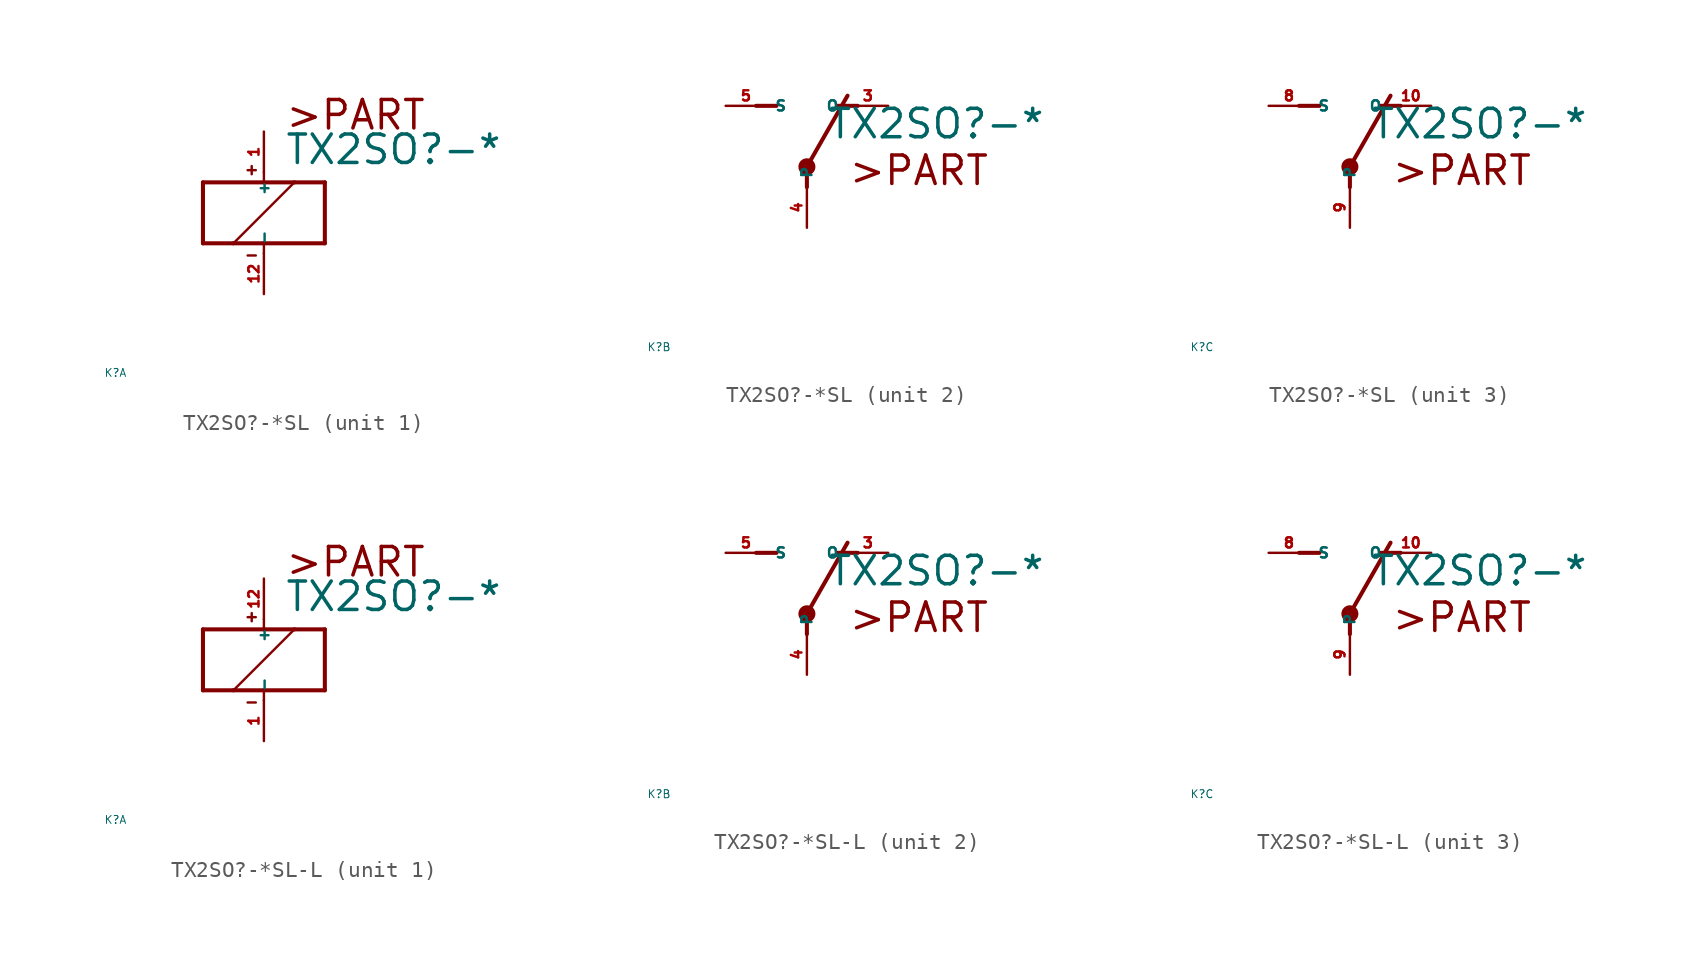
<source format=kicad_sym>
(kicad_symbol_lib
  (version 20220914)
  (generator Eagle2Kicad)
  (symbol "TX2SO?-*SL"
    (property "Reference" "K"
      (at -10 -10 0)
      (effects (font (size 0.5 0.5) (thickness 0.06)) (justify left)))
    (property "Value" "TX2SO?-*"
      (at 1.27 2.921 0)
      (effects (font (size 1.778 1.778) (thickness 0.22)) (justify left bottom)))
    (symbol "TX2SO?-*SL_1_0"
      (polyline (pts (xy -3.81 -1.905) (xy -1.905 -1.905)) (stroke (width 0.254) (type default)) (fill (type none)))
      (polyline (pts (xy 3.81 -1.905) (xy 3.81 1.905)) (stroke (width 0.254) (type default)) (fill (type none)))
      (polyline (pts (xy 3.81 1.905) (xy 1.905 1.905)) (stroke (width 0.254) (type default)) (fill (type none)))
      (polyline (pts (xy -3.81 1.905) (xy -3.81 -1.905)) (stroke (width 0.254) (type default)) (fill (type none)))
      (polyline (pts (xy 0 -2.54) (xy 0 -1.905)) (stroke (width 0.152) (type default)) (fill (type none)))
      (polyline (pts (xy 0 -1.905) (xy 3.81 -1.905)) (stroke (width 0.254) (type default)) (fill (type none)))
      (polyline (pts (xy 0 2.54) (xy 0 1.905)) (stroke (width 0.152) (type default)) (fill (type none)))
      (polyline (pts (xy 0 1.905) (xy -3.81 1.905)) (stroke (width 0.254) (type default)) (fill (type none)))
      (polyline (pts (xy -1.905 -1.905) (xy 1.905 1.905)) (stroke (width 0.152) (type default)) (fill (type none)))
      (polyline (pts (xy -1.905 -1.905) (xy 0 -1.905)) (stroke (width 0.254) (type default)) (fill (type none)))
      (polyline (pts (xy 1.905 1.905) (xy 0 1.905)) (stroke (width 0.254) (type default)) (fill (type none)))
      (polyline (pts (xy -1.016 2.667) (xy -0.508 2.667)) (stroke (width 0.152) (type default)) (fill (type none)))
      (polyline (pts (xy -0.762 2.921) (xy -0.762 2.413)) (stroke (width 0.152) (type default)) (fill (type none)))
      (polyline (pts (xy -1.016 -2.667) (xy -0.508 -2.667)) (stroke (width 0.152) (type default)) (fill (type none)))
      (text ">PART" (at 1.27 5.08 0) (effects (font (size 1.778 1.778) (thickness 0.22)) (justify left bottom)))
      (pin passive line (at 0 -5.08 90) (length 2.54) (name "-" (effects (font (size 0.635 0.635) (thickness 0.08)) (justify left bottom))) (number "12" (effects (font (size 0.635 0.635) (thickness 0.08)) (justify left bottom))))
      (pin passive line (at 0 5.08 270) (length 2.54) (name "+" (effects (font (size 0.635 0.635) (thickness 0.08)) (justify left bottom))) (number "1" (effects (font (size 0.635 0.635) (thickness 0.08)) (justify left bottom)))))
    (symbol "TX2SO?-*SL_2_0"
      (polyline (pts (xy 3.175 5.08) (xy 1.905 5.08)) (stroke (width 0.254) (type default)) (fill (type none)))
      (polyline (pts (xy -3.175 5.08) (xy -1.905 5.08)) (stroke (width 0.254) (type default)) (fill (type none)))
      (polyline (pts (xy 0 1.27) (xy 2.54 5.715)) (stroke (width 0.254) (type default)) (fill (type none)))
      (polyline (pts (xy 0 1.27) (xy 0 0)) (stroke (width 0.254) (type default)) (fill (type none)))
      (text ">PART" (at 2.54 0 0) (effects (font (size 1.778 1.778) (thickness 0.22)) (justify left bottom)))
      (circle (center 0 1.27) (radius 0.127) (stroke (width 0.406) (type default)) (fill (type none)))
      (pin passive line (at 5.08 5.08 180) (length 2.54) (name "O" (effects (font (size 0.635 0.635) (thickness 0.08)) (justify left bottom))) (number "3" (effects (font (size 0.635 0.635) (thickness 0.08)) (justify left bottom))))
      (pin passive line (at -5.08 5.08 0) (length 2.54) (name "S" (effects (font (size 0.635 0.635) (thickness 0.08)) (justify left bottom))) (number "5" (effects (font (size 0.635 0.635) (thickness 0.08)) (justify left bottom))))
      (pin passive line (at 0 -2.54 90) (length 2.54) (name "P" (effects (font (size 0.635 0.635) (thickness 0.08)) (justify left bottom))) (number "4" (effects (font (size 0.635 0.635) (thickness 0.08)) (justify left bottom)))))
    (symbol "TX2SO?-*SL_3_0"
      (polyline (pts (xy 3.175 5.08) (xy 1.905 5.08)) (stroke (width 0.254) (type default)) (fill (type none)))
      (polyline (pts (xy -3.175 5.08) (xy -1.905 5.08)) (stroke (width 0.254) (type default)) (fill (type none)))
      (polyline (pts (xy 0 1.27) (xy 2.54 5.715)) (stroke (width 0.254) (type default)) (fill (type none)))
      (polyline (pts (xy 0 1.27) (xy 0 0)) (stroke (width 0.254) (type default)) (fill (type none)))
      (text ">PART" (at 2.54 0 0) (effects (font (size 1.778 1.778) (thickness 0.22)) (justify left bottom)))
      (circle (center 0 1.27) (radius 0.127) (stroke (width 0.406) (type default)) (fill (type none)))
      (pin passive line (at 5.08 5.08 180) (length 2.54) (name "O" (effects (font (size 0.635 0.635) (thickness 0.08)) (justify left bottom))) (number "10" (effects (font (size 0.635 0.635) (thickness 0.08)) (justify left bottom))))
      (pin passive line (at -5.08 5.08 0) (length 2.54) (name "S" (effects (font (size 0.635 0.635) (thickness 0.08)) (justify left bottom))) (number "8" (effects (font (size 0.635 0.635) (thickness 0.08)) (justify left bottom))))
      (pin passive line (at 0 -2.54 90) (length 2.54) (name "P" (effects (font (size 0.635 0.635) (thickness 0.08)) (justify left bottom))) (number "9" (effects (font (size 0.635 0.635) (thickness 0.08)) (justify left bottom))))))
  (symbol "TX2SO?-*SL-L"
    (property "Reference" "K"
      (at -10 -10 0)
      (effects (font (size 0.5 0.5) (thickness 0.06)) (justify left)))
    (property "Value" "TX2SO?-*"
      (at 1.27 2.921 0)
      (effects (font (size 1.778 1.778) (thickness 0.22)) (justify left bottom)))
    (symbol "TX2SO?-*SL-L_1_0"
      (polyline (pts (xy -3.81 -1.905) (xy -1.905 -1.905)) (stroke (width 0.254) (type default)) (fill (type none)))
      (polyline (pts (xy 3.81 -1.905) (xy 3.81 1.905)) (stroke (width 0.254) (type default)) (fill (type none)))
      (polyline (pts (xy 3.81 1.905) (xy 1.905 1.905)) (stroke (width 0.254) (type default)) (fill (type none)))
      (polyline (pts (xy -3.81 1.905) (xy -3.81 -1.905)) (stroke (width 0.254) (type default)) (fill (type none)))
      (polyline (pts (xy 0 -2.54) (xy 0 -1.905)) (stroke (width 0.152) (type default)) (fill (type none)))
      (polyline (pts (xy 0 -1.905) (xy 3.81 -1.905)) (stroke (width 0.254) (type default)) (fill (type none)))
      (polyline (pts (xy 0 2.54) (xy 0 1.905)) (stroke (width 0.152) (type default)) (fill (type none)))
      (polyline (pts (xy 0 1.905) (xy -3.81 1.905)) (stroke (width 0.254) (type default)) (fill (type none)))
      (polyline (pts (xy -1.905 -1.905) (xy 1.905 1.905)) (stroke (width 0.152) (type default)) (fill (type none)))
      (polyline (pts (xy -1.905 -1.905) (xy 0 -1.905)) (stroke (width 0.254) (type default)) (fill (type none)))
      (polyline (pts (xy 1.905 1.905) (xy 0 1.905)) (stroke (width 0.254) (type default)) (fill (type none)))
      (polyline (pts (xy -1.016 2.667) (xy -0.508 2.667)) (stroke (width 0.152) (type default)) (fill (type none)))
      (polyline (pts (xy -0.762 2.921) (xy -0.762 2.413)) (stroke (width 0.152) (type default)) (fill (type none)))
      (polyline (pts (xy -1.016 -2.667) (xy -0.508 -2.667)) (stroke (width 0.152) (type default)) (fill (type none)))
      (text ">PART" (at 1.27 5.08 0) (effects (font (size 1.778 1.778) (thickness 0.22)) (justify left bottom)))
      (pin passive line (at 0 -5.08 90) (length 2.54) (name "-" (effects (font (size 0.635 0.635) (thickness 0.08)) (justify left bottom))) (number "1" (effects (font (size 0.635 0.635) (thickness 0.08)) (justify left bottom))))
      (pin passive line (at 0 5.08 270) (length 2.54) (name "+" (effects (font (size 0.635 0.635) (thickness 0.08)) (justify left bottom))) (number "12" (effects (font (size 0.635 0.635) (thickness 0.08)) (justify left bottom)))))
    (symbol "TX2SO?-*SL-L_2_0"
      (polyline (pts (xy 3.175 5.08) (xy 1.905 5.08)) (stroke (width 0.254) (type default)) (fill (type none)))
      (polyline (pts (xy -3.175 5.08) (xy -1.905 5.08)) (stroke (width 0.254) (type default)) (fill (type none)))
      (polyline (pts (xy 0 1.27) (xy 2.54 5.715)) (stroke (width 0.254) (type default)) (fill (type none)))
      (polyline (pts (xy 0 1.27) (xy 0 0)) (stroke (width 0.254) (type default)) (fill (type none)))
      (text ">PART" (at 2.54 0 0) (effects (font (size 1.778 1.778) (thickness 0.22)) (justify left bottom)))
      (circle (center 0 1.27) (radius 0.127) (stroke (width 0.406) (type default)) (fill (type none)))
      (pin passive line (at 5.08 5.08 180) (length 2.54) (name "O" (effects (font (size 0.635 0.635) (thickness 0.08)) (justify left bottom))) (number "3" (effects (font (size 0.635 0.635) (thickness 0.08)) (justify left bottom))))
      (pin passive line (at -5.08 5.08 0) (length 2.54) (name "S" (effects (font (size 0.635 0.635) (thickness 0.08)) (justify left bottom))) (number "5" (effects (font (size 0.635 0.635) (thickness 0.08)) (justify left bottom))))
      (pin passive line (at 0 -2.54 90) (length 2.54) (name "P" (effects (font (size 0.635 0.635) (thickness 0.08)) (justify left bottom))) (number "4" (effects (font (size 0.635 0.635) (thickness 0.08)) (justify left bottom)))))
    (symbol "TX2SO?-*SL-L_3_0"
      (polyline (pts (xy 3.175 5.08) (xy 1.905 5.08)) (stroke (width 0.254) (type default)) (fill (type none)))
      (polyline (pts (xy -3.175 5.08) (xy -1.905 5.08)) (stroke (width 0.254) (type default)) (fill (type none)))
      (polyline (pts (xy 0 1.27) (xy 2.54 5.715)) (stroke (width 0.254) (type default)) (fill (type none)))
      (polyline (pts (xy 0 1.27) (xy 0 0)) (stroke (width 0.254) (type default)) (fill (type none)))
      (text ">PART" (at 2.54 0 0) (effects (font (size 1.778 1.778) (thickness 0.22)) (justify left bottom)))
      (circle (center 0 1.27) (radius 0.127) (stroke (width 0.406) (type default)) (fill (type none)))
      (pin passive line (at 5.08 5.08 180) (length 2.54) (name "O" (effects (font (size 0.635 0.635) (thickness 0.08)) (justify left bottom))) (number "10" (effects (font (size 0.635 0.635) (thickness 0.08)) (justify left bottom))))
      (pin passive line (at -5.08 5.08 0) (length 2.54) (name "S" (effects (font (size 0.635 0.635) (thickness 0.08)) (justify left bottom))) (number "8" (effects (font (size 0.635 0.635) (thickness 0.08)) (justify left bottom))))
      (pin passive line (at 0 -2.54 90) (length 2.54) (name "P" (effects (font (size 0.635 0.635) (thickness 0.08)) (justify left bottom))) (number "9" (effects (font (size 0.635 0.635) (thickness 0.08)) (justify left bottom)))))))
</source>
